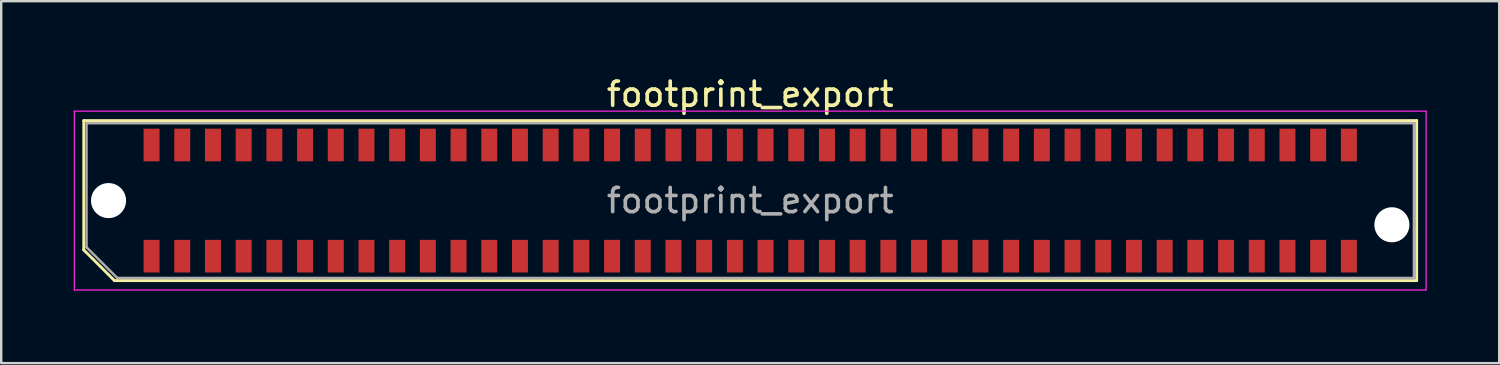
<source format=kicad_pcb>
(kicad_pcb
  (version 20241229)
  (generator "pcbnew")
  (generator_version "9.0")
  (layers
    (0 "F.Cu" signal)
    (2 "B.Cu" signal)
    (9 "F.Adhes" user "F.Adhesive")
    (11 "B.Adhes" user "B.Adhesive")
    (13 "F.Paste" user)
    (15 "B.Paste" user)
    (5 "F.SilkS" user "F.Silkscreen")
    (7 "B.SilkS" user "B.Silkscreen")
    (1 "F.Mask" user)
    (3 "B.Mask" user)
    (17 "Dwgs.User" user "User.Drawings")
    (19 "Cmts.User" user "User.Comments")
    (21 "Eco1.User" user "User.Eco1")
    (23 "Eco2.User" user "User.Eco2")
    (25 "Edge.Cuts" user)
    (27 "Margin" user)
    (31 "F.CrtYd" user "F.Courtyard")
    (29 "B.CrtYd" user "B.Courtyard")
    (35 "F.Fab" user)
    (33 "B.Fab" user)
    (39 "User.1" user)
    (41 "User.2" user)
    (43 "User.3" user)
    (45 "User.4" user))
  (footprint "footprint_export"
    (layer "F.Cu")
    (at 27.985 5.248)
    (property "Reference" "footprint_export" (at 0 -4.4 0) (layer "F.SilkS") (effects (font (size 1 1) (thickness 0.15))))
    (attr smd)
    (fp_line (start -27.57 -3.31) (end 27.57 -3.31) (stroke (width 0.12) (type solid)) (layer "F.SilkS"))
    (fp_line (start -27.57 2.04) (end -27.57 -3.31) (stroke (width 0.12) (type solid)) (layer "F.SilkS"))
    (fp_line (start -26.3 3.31) (end -27.57 2.04) (stroke (width 0.12) (type solid)) (layer "F.SilkS"))
    (fp_line (start -26.3 3.31) (end 27.57 3.31) (stroke (width 0.12) (type solid)) (layer "F.SilkS"))
    (fp_line (start 27.57 3.31) (end 27.57 -3.31) (stroke (width 0.12) (type solid)) (layer "F.SilkS"))
    (fp_line (start -27.96 -3.7) (end -27.96 3.7) (stroke (width 0.05) (type solid)) (layer "F.CrtYd"))
    (fp_line (start -27.96 3.7) (end 27.96 3.7) (stroke (width 0.05) (type solid)) (layer "F.CrtYd"))
    (fp_line (start 27.96 -3.7) (end -27.96 -3.7) (stroke (width 0.05) (type solid)) (layer "F.CrtYd"))
    (fp_line (start 27.96 3.7) (end 27.96 -3.7) (stroke (width 0.05) (type solid)) (layer "F.CrtYd"))
    (fp_line (start -27.455 -3.2) (end 27.455 -3.2) (stroke (width 0.1) (type solid)) (layer "F.Fab"))
    (fp_line (start -27.455 1.93) (end -27.455 -3.2) (stroke (width 0.1) (type solid)) (layer "F.Fab"))
    (fp_line (start -27.455 1.93) (end -26.185 3.2) (stroke (width 0.1) (type solid)) (layer "F.Fab"))
    (fp_line (start -26.185 3.2) (end 27.455 3.2) (stroke (width 0.1) (type solid)) (layer "F.Fab"))
    (fp_line (start 27.455 3.2) (end 27.455 -3.2) (stroke (width 0.1) (type solid)) (layer "F.Fab"))
    (fp_text user "${REFERENCE}" (at 0 0 0) (layer "F.Fab") (effects (font (size 1 1) (thickness 0.15))))
    (pad "" np_thru_hole circle (at -26.545 0) (size 1.45 1.45) (drill 1.45) (layers "*.Cu" "*.Mask"))
    (pad "" np_thru_hole circle (at 26.545 1) (size 1.45 1.45) (drill 1.45) (layers "*.Cu" "*.Mask"))
    (pad "1" smd rect (at -24.765 2.3) (size 0.66 1.35) (layers "F.Cu" "F.Mask" "F.Paste"))
    (pad "2" smd rect (at -24.765 -2.3) (size 0.66 1.35) (layers "F.Cu" "F.Mask" "F.Paste"))
    (pad "3" smd rect (at -23.495 2.3) (size 0.66 1.35) (layers "F.Cu" "F.Mask" "F.Paste"))
    (pad "4" smd rect (at -23.495 -2.3) (size 0.66 1.35) (layers "F.Cu" "F.Mask" "F.Paste"))
    (pad "5" smd rect (at -22.225 2.3) (size 0.66 1.35) (layers "F.Cu" "F.Mask" "F.Paste"))
    (pad "6" smd rect (at -22.225 -2.3) (size 0.66 1.35) (layers "F.Cu" "F.Mask" "F.Paste"))
    (pad "7" smd rect (at -20.955 2.3) (size 0.66 1.35) (layers "F.Cu" "F.Mask" "F.Paste"))
    (pad "8" smd rect (at -20.955 -2.3) (size 0.66 1.35) (layers "F.Cu" "F.Mask" "F.Paste"))
    (pad "9" smd rect (at -19.685 2.3) (size 0.66 1.35) (layers "F.Cu" "F.Mask" "F.Paste"))
    (pad "10" smd rect (at -19.685 -2.3) (size 0.66 1.35) (layers "F.Cu" "F.Mask" "F.Paste"))
    (pad "11" smd rect (at -18.415 2.3) (size 0.66 1.35) (layers "F.Cu" "F.Mask" "F.Paste"))
    (pad "12" smd rect (at -18.415 -2.3) (size 0.66 1.35) (layers "F.Cu" "F.Mask" "F.Paste"))
    (pad "13" smd rect (at -17.145 2.3) (size 0.66 1.35) (layers "F.Cu" "F.Mask" "F.Paste"))
    (pad "14" smd rect (at -17.145 -2.3) (size 0.66 1.35) (layers "F.Cu" "F.Mask" "F.Paste"))
    (pad "15" smd rect (at -15.875 2.3) (size 0.66 1.35) (layers "F.Cu" "F.Mask" "F.Paste"))
    (pad "16" smd rect (at -15.875 -2.3) (size 0.66 1.35) (layers "F.Cu" "F.Mask" "F.Paste"))
    (pad "17" smd rect (at -14.605 2.3) (size 0.66 1.35) (layers "F.Cu" "F.Mask" "F.Paste"))
    (pad "18" smd rect (at -14.605 -2.3) (size 0.66 1.35) (layers "F.Cu" "F.Mask" "F.Paste"))
    (pad "19" smd rect (at -13.335 2.3) (size 0.66 1.35) (layers "F.Cu" "F.Mask" "F.Paste"))
    (pad "20" smd rect (at -13.335 -2.3) (size 0.66 1.35) (layers "F.Cu" "F.Mask" "F.Paste"))
    (pad "21" smd rect (at -12.065 2.3) (size 0.66 1.35) (layers "F.Cu" "F.Mask" "F.Paste"))
    (pad "22" smd rect (at -12.065 -2.3) (size 0.66 1.35) (layers "F.Cu" "F.Mask" "F.Paste"))
    (pad "23" smd rect (at -10.795 2.3) (size 0.66 1.35) (layers "F.Cu" "F.Mask" "F.Paste"))
    (pad "24" smd rect (at -10.795 -2.3) (size 0.66 1.35) (layers "F.Cu" "F.Mask" "F.Paste"))
    (pad "25" smd rect (at -9.525 2.3) (size 0.66 1.35) (layers "F.Cu" "F.Mask" "F.Paste"))
    (pad "26" smd rect (at -9.525 -2.3) (size 0.66 1.35) (layers "F.Cu" "F.Mask" "F.Paste"))
    (pad "27" smd rect (at -8.255 2.3) (size 0.66 1.35) (layers "F.Cu" "F.Mask" "F.Paste"))
    (pad "28" smd rect (at -8.255 -2.3) (size 0.66 1.35) (layers "F.Cu" "F.Mask" "F.Paste"))
    (pad "29" smd rect (at -6.985 2.3) (size 0.66 1.35) (layers "F.Cu" "F.Mask" "F.Paste"))
    (pad "30" smd rect (at -6.985 -2.3) (size 0.66 1.35) (layers "F.Cu" "F.Mask" "F.Paste"))
    (pad "31" smd rect (at -5.715 2.3) (size 0.66 1.35) (layers "F.Cu" "F.Mask" "F.Paste"))
    (pad "32" smd rect (at -5.715 -2.3) (size 0.66 1.35) (layers "F.Cu" "F.Mask" "F.Paste"))
    (pad "33" smd rect (at -4.445 2.3) (size 0.66 1.35) (layers "F.Cu" "F.Mask" "F.Paste"))
    (pad "34" smd rect (at -4.445 -2.3) (size 0.66 1.35) (layers "F.Cu" "F.Mask" "F.Paste"))
    (pad "35" smd rect (at -3.175 2.3) (size 0.66 1.35) (layers "F.Cu" "F.Mask" "F.Paste"))
    (pad "36" smd rect (at -3.175 -2.3) (size 0.66 1.35) (layers "F.Cu" "F.Mask" "F.Paste"))
    (pad "37" smd rect (at -1.905 2.3) (size 0.66 1.35) (layers "F.Cu" "F.Mask" "F.Paste"))
    (pad "38" smd rect (at -1.905 -2.3) (size 0.66 1.35) (layers "F.Cu" "F.Mask" "F.Paste"))
    (pad "39" smd rect (at -0.635 2.3) (size 0.66 1.35) (layers "F.Cu" "F.Mask" "F.Paste"))
    (pad "40" smd rect (at -0.635 -2.3) (size 0.66 1.35) (layers "F.Cu" "F.Mask" "F.Paste"))
    (pad "41" smd rect (at 0.635 2.3) (size 0.66 1.35) (layers "F.Cu" "F.Mask" "F.Paste"))
    (pad "42" smd rect (at 0.635 -2.3) (size 0.66 1.35) (layers "F.Cu" "F.Mask" "F.Paste"))
    (pad "43" smd rect (at 1.905 2.3) (size 0.66 1.35) (layers "F.Cu" "F.Mask" "F.Paste"))
    (pad "44" smd rect (at 1.905 -2.3) (size 0.66 1.35) (layers "F.Cu" "F.Mask" "F.Paste"))
    (pad "45" smd rect (at 3.175 2.3) (size 0.66 1.35) (layers "F.Cu" "F.Mask" "F.Paste"))
    (pad "46" smd rect (at 3.175 -2.3) (size 0.66 1.35) (layers "F.Cu" "F.Mask" "F.Paste"))
    (pad "47" smd rect (at 4.445 2.3) (size 0.66 1.35) (layers "F.Cu" "F.Mask" "F.Paste"))
    (pad "48" smd rect (at 4.445 -2.3) (size 0.66 1.35) (layers "F.Cu" "F.Mask" "F.Paste"))
    (pad "49" smd rect (at 5.715 2.3) (size 0.66 1.35) (layers "F.Cu" "F.Mask" "F.Paste"))
    (pad "50" smd rect (at 5.715 -2.3) (size 0.66 1.35) (layers "F.Cu" "F.Mask" "F.Paste"))
    (pad "51" smd rect (at 6.985 2.3) (size 0.66 1.35) (layers "F.Cu" "F.Mask" "F.Paste"))
    (pad "52" smd rect (at 6.985 -2.3) (size 0.66 1.35) (layers "F.Cu" "F.Mask" "F.Paste"))
    (pad "53" smd rect (at 8.255 2.3) (size 0.66 1.35) (layers "F.Cu" "F.Mask" "F.Paste"))
    (pad "54" smd rect (at 8.255 -2.3) (size 0.66 1.35) (layers "F.Cu" "F.Mask" "F.Paste"))
    (pad "55" smd rect (at 9.525 2.3) (size 0.66 1.35) (layers "F.Cu" "F.Mask" "F.Paste"))
    (pad "56" smd rect (at 9.525 -2.3) (size 0.66 1.35) (layers "F.Cu" "F.Mask" "F.Paste"))
    (pad "57" smd rect (at 10.795 2.3) (size 0.66 1.35) (layers "F.Cu" "F.Mask" "F.Paste"))
    (pad "58" smd rect (at 10.795 -2.3) (size 0.66 1.35) (layers "F.Cu" "F.Mask" "F.Paste"))
    (pad "59" smd rect (at 12.065 2.3) (size 0.66 1.35) (layers "F.Cu" "F.Mask" "F.Paste"))
    (pad "60" smd rect (at 12.065 -2.3) (size 0.66 1.35) (layers "F.Cu" "F.Mask" "F.Paste"))
    (pad "61" smd rect (at 13.335 2.3) (size 0.66 1.35) (layers "F.Cu" "F.Mask" "F.Paste"))
    (pad "62" smd rect (at 13.335 -2.3) (size 0.66 1.35) (layers "F.Cu" "F.Mask" "F.Paste"))
    (pad "63" smd rect (at 14.605 2.3) (size 0.66 1.35) (layers "F.Cu" "F.Mask" "F.Paste"))
    (pad "64" smd rect (at 14.605 -2.3) (size 0.66 1.35) (layers "F.Cu" "F.Mask" "F.Paste"))
    (pad "65" smd rect (at 15.875 2.3) (size 0.66 1.35) (layers "F.Cu" "F.Mask" "F.Paste"))
    (pad "66" smd rect (at 15.875 -2.3) (size 0.66 1.35) (layers "F.Cu" "F.Mask" "F.Paste"))
    (pad "67" smd rect (at 17.145 2.3) (size 0.66 1.35) (layers "F.Cu" "F.Mask" "F.Paste"))
    (pad "68" smd rect (at 17.145 -2.3) (size 0.66 1.35) (layers "F.Cu" "F.Mask" "F.Paste"))
    (pad "69" smd rect (at 18.415 2.3) (size 0.66 1.35) (layers "F.Cu" "F.Mask" "F.Paste"))
    (pad "70" smd rect (at 18.415 -2.3) (size 0.66 1.35) (layers "F.Cu" "F.Mask" "F.Paste"))
    (pad "71" smd rect (at 19.685 2.3) (size 0.66 1.35) (layers "F.Cu" "F.Mask" "F.Paste"))
    (pad "72" smd rect (at 19.685 -2.3) (size 0.66 1.35) (layers "F.Cu" "F.Mask" "F.Paste"))
    (pad "73" smd rect (at 20.955 2.3) (size 0.66 1.35) (layers "F.Cu" "F.Mask" "F.Paste"))
    (pad "74" smd rect (at 20.955 -2.3) (size 0.66 1.35) (layers "F.Cu" "F.Mask" "F.Paste"))
    (pad "75" smd rect (at 22.225 2.3) (size 0.66 1.35) (layers "F.Cu" "F.Mask" "F.Paste"))
    (pad "76" smd rect (at 22.225 -2.3) (size 0.66 1.35) (layers "F.Cu" "F.Mask" "F.Paste"))
    (pad "77" smd rect (at 23.495 2.3) (size 0.66 1.35) (layers "F.Cu" "F.Mask" "F.Paste"))
    (pad "78" smd rect (at 23.495 -2.3) (size 0.66 1.35) (layers "F.Cu" "F.Mask" "F.Paste"))
    (pad "79" smd rect (at 24.765 2.3) (size 0.66 1.35) (layers "F.Cu" "F.Mask" "F.Paste"))
    (pad "80" smd rect (at 24.765 -2.3) (size 0.66 1.35) (layers "F.Cu" "F.Mask" "F.Paste")))
  (gr_rect
    (start -3 -3)
    (end 58.97 11.973)
    (stroke (width 0.1) (type default))
    (fill no)
    (layer "Edge.Cuts")))
</source>
